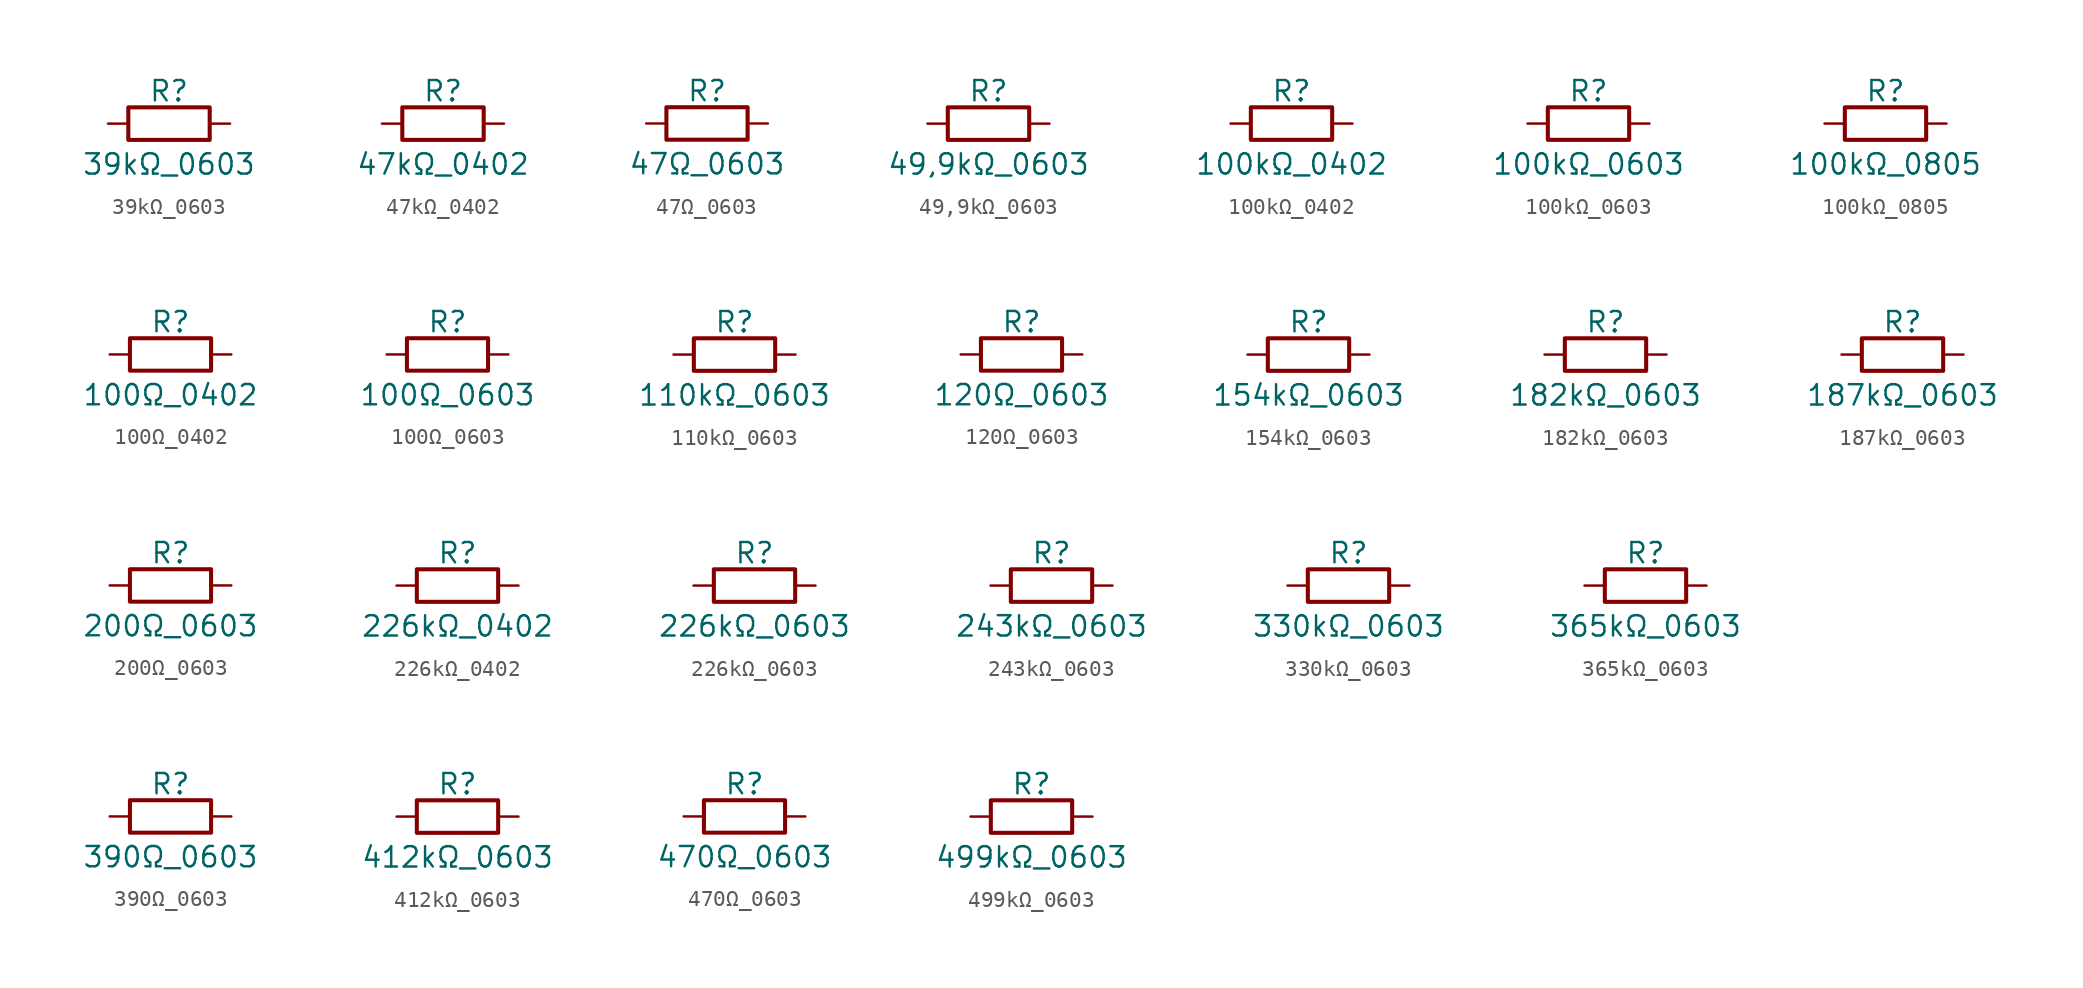
<source format=kicad_sym>
(kicad_symbol_lib
  (version 20220914)
  (generator kicad_symbol_editor)
  (symbol "39kΩ_0603"
    (pin_numbers hide)
    (pin_names
      (offset 0))
    (property "Reference" "R"
      (at 0 2.032 0)
      (effects (font (size 1.27 1.27))))
    (property "Value" "39kΩ_0603"
      (at 0 -2.54 0)
      (effects (font (size 1.27 1.27))))
    (symbol "39kΩ_0603_0_1"
      (rectangle (start 2.54 -1.016) (end -2.54 1.016) (stroke (width 0.254) (type default)) (fill (type none))))
    (symbol "39kΩ_0603_1_1"
      (pin passive line (at -3.81 0 0) (length 1.27) (name "~" (effects (font (size 1.27 1.27)))) (number "1" (effects (font (size 1.27 1.27)))))
      (pin passive line (at 3.81 0 180) (length 1.27) (name "~" (effects (font (size 1.27 1.27)))) (number "2" (effects (font (size 1.27 1.27)))))))
  (symbol "47kΩ_0402"
    (pin_numbers hide)
    (pin_names
      (offset 0))
    (property "Reference" "R"
      (at 0 2.032 0)
      (effects (font (size 1.27 1.27))))
    (property "Value" "47kΩ_0402"
      (at 0 -2.54 0)
      (effects (font (size 1.27 1.27))))
    (symbol "47kΩ_0402_0_1"
      (rectangle (start 2.54 -1.016) (end -2.54 1.016) (stroke (width 0.254) (type default)) (fill (type none))))
    (symbol "47kΩ_0402_1_1"
      (pin passive line (at -3.81 0 0) (length 1.27) (name "~" (effects (font (size 1.27 1.27)))) (number "1" (effects (font (size 1.27 1.27)))))
      (pin passive line (at 3.81 0 180) (length 1.27) (name "~" (effects (font (size 1.27 1.27)))) (number "2" (effects (font (size 1.27 1.27)))))))
  (symbol "47Ω_0603"
    (pin_numbers hide)
    (pin_names
      (offset 0))
    (property "Reference" "R"
      (at 0 2.032 0)
      (effects (font (size 1.27 1.27))))
    (property "Value" "47Ω_0603"
      (at 0 -2.54 0)
      (effects (font (size 1.27 1.27))))
    (symbol "47Ω_0603_0_1"
      (rectangle (start 2.54 -1.016) (end -2.54 1.016) (stroke (width 0.254) (type default)) (fill (type none))))
    (symbol "47Ω_0603_1_1"
      (pin passive line (at -3.81 0 0) (length 1.27) (name "~" (effects (font (size 1.27 1.27)))) (number "1" (effects (font (size 1.27 1.27)))))
      (pin passive line (at 3.81 0 180) (length 1.27) (name "~" (effects (font (size 1.27 1.27)))) (number "2" (effects (font (size 1.27 1.27)))))))
  (symbol "49,9kΩ_0603"
    (pin_numbers hide)
    (pin_names
      (offset 0))
    (property "Reference" "R"
      (at 0 2.032 0)
      (effects (font (size 1.27 1.27))))
    (property "Value" "49,9kΩ_0603"
      (at 0 -2.54 0)
      (effects (font (size 1.27 1.27))))
    (symbol "49,9kΩ_0603_0_1"
      (rectangle (start 2.54 -1.016) (end -2.54 1.016) (stroke (width 0.254) (type default)) (fill (type none))))
    (symbol "49,9kΩ_0603_1_1"
      (pin passive line (at -3.81 0 0) (length 1.27) (name "~" (effects (font (size 1.27 1.27)))) (number "1" (effects (font (size 1.27 1.27)))))
      (pin passive line (at 3.81 0 180) (length 1.27) (name "~" (effects (font (size 1.27 1.27)))) (number "2" (effects (font (size 1.27 1.27)))))))
  (symbol "100kΩ_0402"
    (pin_numbers hide)
    (pin_names
      (offset 0))
    (property "Reference" "R"
      (at 0 2.032 0)
      (effects (font (size 1.27 1.27))))
    (property "Value" "100kΩ_0402"
      (at 0 -2.54 0)
      (effects (font (size 1.27 1.27))))
    (symbol "100kΩ_0402_0_1"
      (rectangle (start 2.54 -1.016) (end -2.54 1.016) (stroke (width 0.254) (type default)) (fill (type none))))
    (symbol "100kΩ_0402_1_1"
      (pin passive line (at -3.81 0 0) (length 1.27) (name "~" (effects (font (size 1.27 1.27)))) (number "1" (effects (font (size 1.27 1.27)))))
      (pin passive line (at 3.81 0 180) (length 1.27) (name "~" (effects (font (size 1.27 1.27)))) (number "2" (effects (font (size 1.27 1.27)))))))
  (symbol "100kΩ_0603"
    (pin_numbers hide)
    (pin_names
      (offset 0))
    (property "Reference" "R"
      (at 0 2.032 0)
      (effects (font (size 1.27 1.27))))
    (property "Value" "100kΩ_0603"
      (at 0 -2.54 0)
      (effects (font (size 1.27 1.27))))
    (symbol "100kΩ_0603_0_1"
      (rectangle (start 2.54 -1.016) (end -2.54 1.016) (stroke (width 0.254) (type default)) (fill (type none))))
    (symbol "100kΩ_0603_1_1"
      (pin passive line (at -3.81 0 0) (length 1.27) (name "~" (effects (font (size 1.27 1.27)))) (number "1" (effects (font (size 1.27 1.27)))))
      (pin passive line (at 3.81 0 180) (length 1.27) (name "~" (effects (font (size 1.27 1.27)))) (number "2" (effects (font (size 1.27 1.27)))))))
  (symbol "100kΩ_0805"
    (pin_numbers hide)
    (pin_names
      (offset 0))
    (property "Reference" "R"
      (at 0 2.032 0)
      (effects (font (size 1.27 1.27))))
    (property "Value" "100kΩ_0805"
      (at 0 -2.54 0)
      (effects (font (size 1.27 1.27))))
    (symbol "100kΩ_0805_0_1"
      (rectangle (start 2.54 -1.016) (end -2.54 1.016) (stroke (width 0.254) (type default)) (fill (type none))))
    (symbol "100kΩ_0805_1_1"
      (pin passive line (at -3.81 0 0) (length 1.27) (name "~" (effects (font (size 1.27 1.27)))) (number "1" (effects (font (size 1.27 1.27)))))
      (pin passive line (at 3.81 0 180) (length 1.27) (name "~" (effects (font (size 1.27 1.27)))) (number "2" (effects (font (size 1.27 1.27)))))))
  (symbol "100Ω_0402"
    (pin_numbers hide)
    (pin_names
      (offset 0))
    (property "Reference" "R"
      (at 0 2.032 0)
      (effects (font (size 1.27 1.27))))
    (property "Value" "100Ω_0402"
      (at 0 -2.54 0)
      (effects (font (size 1.27 1.27))))
    (symbol "100Ω_0402_0_1"
      (rectangle (start 2.54 -1.016) (end -2.54 1.016) (stroke (width 0.254) (type default)) (fill (type none))))
    (symbol "100Ω_0402_1_1"
      (pin passive line (at -3.81 0 0) (length 1.27) (name "~" (effects (font (size 1.27 1.27)))) (number "1" (effects (font (size 1.27 1.27)))))
      (pin passive line (at 3.81 0 180) (length 1.27) (name "~" (effects (font (size 1.27 1.27)))) (number "2" (effects (font (size 1.27 1.27)))))))
  (symbol "100Ω_0603"
    (pin_numbers hide)
    (pin_names
      (offset 0))
    (property "Reference" "R"
      (at 0 2.032 0)
      (effects (font (size 1.27 1.27))))
    (property "Value" "100Ω_0603"
      (at 0 -2.54 0)
      (effects (font (size 1.27 1.27))))
    (symbol "100Ω_0603_0_1"
      (rectangle (start 2.54 -1.016) (end -2.54 1.016) (stroke (width 0.254) (type default)) (fill (type none))))
    (symbol "100Ω_0603_1_1"
      (pin passive line (at -3.81 0 0) (length 1.27) (name "~" (effects (font (size 1.27 1.27)))) (number "1" (effects (font (size 1.27 1.27)))))
      (pin passive line (at 3.81 0 180) (length 1.27) (name "~" (effects (font (size 1.27 1.27)))) (number "2" (effects (font (size 1.27 1.27)))))))
  (symbol "110kΩ_0603"
    (pin_numbers hide)
    (pin_names
      (offset 0))
    (property "Reference" "R"
      (at 0 2.032 0)
      (effects (font (size 1.27 1.27))))
    (property "Value" "110kΩ_0603"
      (at 0 -2.54 0)
      (effects (font (size 1.27 1.27))))
    (symbol "110kΩ_0603_0_1"
      (rectangle (start 2.54 -1.016) (end -2.54 1.016) (stroke (width 0.254) (type default)) (fill (type none))))
    (symbol "110kΩ_0603_1_1"
      (pin passive line (at -3.81 0 0) (length 1.27) (name "~" (effects (font (size 1.27 1.27)))) (number "1" (effects (font (size 1.27 1.27)))))
      (pin passive line (at 3.81 0 180) (length 1.27) (name "~" (effects (font (size 1.27 1.27)))) (number "2" (effects (font (size 1.27 1.27)))))))
  (symbol "120Ω_0603"
    (pin_numbers hide)
    (pin_names
      (offset 0))
    (property "Reference" "R"
      (at 0 2.032 0)
      (effects (font (size 1.27 1.27))))
    (property "Value" "120Ω_0603"
      (at 0 -2.54 0)
      (effects (font (size 1.27 1.27))))
    (symbol "120Ω_0603_0_1"
      (rectangle (start 2.54 -1.016) (end -2.54 1.016) (stroke (width 0.254) (type default)) (fill (type none))))
    (symbol "120Ω_0603_1_1"
      (pin passive line (at -3.81 0 0) (length 1.27) (name "~" (effects (font (size 1.27 1.27)))) (number "1" (effects (font (size 1.27 1.27)))))
      (pin passive line (at 3.81 0 180) (length 1.27) (name "~" (effects (font (size 1.27 1.27)))) (number "2" (effects (font (size 1.27 1.27)))))))
  (symbol "154kΩ_0603"
    (pin_numbers hide)
    (pin_names
      (offset 0))
    (property "Reference" "R"
      (at 0 2.032 0)
      (effects (font (size 1.27 1.27))))
    (property "Value" "154kΩ_0603"
      (at 0 -2.54 0)
      (effects (font (size 1.27 1.27))))
    (symbol "154kΩ_0603_0_1"
      (rectangle (start 2.54 -1.016) (end -2.54 1.016) (stroke (width 0.254) (type default)) (fill (type none))))
    (symbol "154kΩ_0603_1_1"
      (pin passive line (at -3.81 0 0) (length 1.27) (name "~" (effects (font (size 1.27 1.27)))) (number "1" (effects (font (size 1.27 1.27)))))
      (pin passive line (at 3.81 0 180) (length 1.27) (name "~" (effects (font (size 1.27 1.27)))) (number "2" (effects (font (size 1.27 1.27)))))))
  (symbol "182kΩ_0603"
    (pin_numbers hide)
    (pin_names
      (offset 0))
    (property "Reference" "R"
      (at 0 2.032 0)
      (effects (font (size 1.27 1.27))))
    (property "Value" "182kΩ_0603"
      (at 0 -2.54 0)
      (effects (font (size 1.27 1.27))))
    (symbol "182kΩ_0603_0_1"
      (rectangle (start 2.54 -1.016) (end -2.54 1.016) (stroke (width 0.254) (type default)) (fill (type none))))
    (symbol "182kΩ_0603_1_1"
      (pin passive line (at -3.81 0 0) (length 1.27) (name "~" (effects (font (size 1.27 1.27)))) (number "1" (effects (font (size 1.27 1.27)))))
      (pin passive line (at 3.81 0 180) (length 1.27) (name "~" (effects (font (size 1.27 1.27)))) (number "2" (effects (font (size 1.27 1.27)))))))
  (symbol "187kΩ_0603"
    (pin_numbers hide)
    (pin_names
      (offset 0))
    (property "Reference" "R"
      (at 0 2.032 0)
      (effects (font (size 1.27 1.27))))
    (property "Value" "187kΩ_0603"
      (at 0 -2.54 0)
      (effects (font (size 1.27 1.27))))
    (symbol "187kΩ_0603_0_1"
      (rectangle (start 2.54 -1.016) (end -2.54 1.016) (stroke (width 0.254) (type default)) (fill (type none))))
    (symbol "187kΩ_0603_1_1"
      (pin passive line (at -3.81 0 0) (length 1.27) (name "~" (effects (font (size 1.27 1.27)))) (number "1" (effects (font (size 1.27 1.27)))))
      (pin passive line (at 3.81 0 180) (length 1.27) (name "~" (effects (font (size 1.27 1.27)))) (number "2" (effects (font (size 1.27 1.27)))))))
  (symbol "200Ω_0603"
    (pin_numbers hide)
    (pin_names
      (offset 0))
    (property "Reference" "R"
      (at 0 2.032 0)
      (effects (font (size 1.27 1.27))))
    (property "Value" "200Ω_0603"
      (at 0 -2.54 0)
      (effects (font (size 1.27 1.27))))
    (symbol "200Ω_0603_1_1"
      (rectangle (start -2.54 1.016) (end 2.54 -1.016) (stroke (width 0.254) (type default)) (fill (type none)))
      (pin passive line (at -3.81 0 0) (length 1.27) (name "~" (effects (font (size 1.27 1.27)))) (number "1" (effects (font (size 1.27 1.27)))))
      (pin passive line (at 3.81 0 180) (length 1.27) (name "~" (effects (font (size 1.27 1.27)))) (number "2" (effects (font (size 1.27 1.27)))))))
  (symbol "226kΩ_0402"
    (pin_numbers hide)
    (pin_names
      (offset 0))
    (property "Reference" "R"
      (at 0 2.032 0)
      (effects (font (size 1.27 1.27))))
    (property "Value" "226kΩ_0402"
      (at 0 -2.54 0)
      (effects (font (size 1.27 1.27))))
    (symbol "226kΩ_0402_0_1"
      (rectangle (start 2.54 -1.016) (end -2.54 1.016) (stroke (width 0.254) (type default)) (fill (type none))))
    (symbol "226kΩ_0402_1_1"
      (pin passive line (at -3.81 0 0) (length 1.27) (name "~" (effects (font (size 1.27 1.27)))) (number "1" (effects (font (size 1.27 1.27)))))
      (pin passive line (at 3.81 0 180) (length 1.27) (name "~" (effects (font (size 1.27 1.27)))) (number "2" (effects (font (size 1.27 1.27)))))))
  (symbol "226kΩ_0603"
    (pin_numbers hide)
    (pin_names
      (offset 0))
    (property "Reference" "R"
      (at 0 2.032 0)
      (effects (font (size 1.27 1.27))))
    (property "Value" "226kΩ_0603"
      (at 0 -2.54 0)
      (effects (font (size 1.27 1.27))))
    (symbol "226kΩ_0603_0_1"
      (rectangle (start 2.54 -1.016) (end -2.54 1.016) (stroke (width 0.254) (type default)) (fill (type none))))
    (symbol "226kΩ_0603_1_1"
      (pin passive line (at -3.81 0 0) (length 1.27) (name "~" (effects (font (size 1.27 1.27)))) (number "1" (effects (font (size 1.27 1.27)))))
      (pin passive line (at 3.81 0 180) (length 1.27) (name "~" (effects (font (size 1.27 1.27)))) (number "2" (effects (font (size 1.27 1.27)))))))
  (symbol "243kΩ_0603"
    (pin_numbers hide)
    (pin_names
      (offset 0))
    (property "Reference" "R"
      (at 0 2.032 0)
      (effects (font (size 1.27 1.27))))
    (property "Value" "243kΩ_0603"
      (at 0 -2.54 0)
      (effects (font (size 1.27 1.27))))
    (symbol "243kΩ_0603_0_1"
      (rectangle (start 2.54 -1.016) (end -2.54 1.016) (stroke (width 0.254) (type default)) (fill (type none))))
    (symbol "243kΩ_0603_1_1"
      (pin passive line (at -3.81 0 0) (length 1.27) (name "~" (effects (font (size 1.27 1.27)))) (number "1" (effects (font (size 1.27 1.27)))))
      (pin passive line (at 3.81 0 180) (length 1.27) (name "~" (effects (font (size 1.27 1.27)))) (number "2" (effects (font (size 1.27 1.27)))))))
  (symbol "330kΩ_0603"
    (pin_numbers hide)
    (pin_names
      (offset 0))
    (property "Reference" "R"
      (at 0 2.032 0)
      (effects (font (size 1.27 1.27))))
    (property "Value" "330kΩ_0603"
      (at 0 -2.54 0)
      (effects (font (size 1.27 1.27))))
    (symbol "330kΩ_0603_0_1"
      (rectangle (start 2.54 -1.016) (end -2.54 1.016) (stroke (width 0.254) (type default)) (fill (type none))))
    (symbol "330kΩ_0603_1_1"
      (pin passive line (at -3.81 0 0) (length 1.27) (name "~" (effects (font (size 1.27 1.27)))) (number "1" (effects (font (size 1.27 1.27)))))
      (pin passive line (at 3.81 0 180) (length 1.27) (name "~" (effects (font (size 1.27 1.27)))) (number "2" (effects (font (size 1.27 1.27)))))))
  (symbol "365kΩ_0603"
    (pin_numbers hide)
    (pin_names
      (offset 0))
    (property "Reference" "R"
      (at 0 2.032 0)
      (effects (font (size 1.27 1.27))))
    (property "Value" "365kΩ_0603"
      (at 0 -2.54 0)
      (effects (font (size 1.27 1.27))))
    (symbol "365kΩ_0603_0_1"
      (rectangle (start 2.54 -1.016) (end -2.54 1.016) (stroke (width 0.254) (type default)) (fill (type none))))
    (symbol "365kΩ_0603_1_1"
      (pin passive line (at -3.81 0 0) (length 1.27) (name "~" (effects (font (size 1.27 1.27)))) (number "1" (effects (font (size 1.27 1.27)))))
      (pin passive line (at 3.81 0 180) (length 1.27) (name "~" (effects (font (size 1.27 1.27)))) (number "2" (effects (font (size 1.27 1.27)))))))
  (symbol "390Ω_0603"
    (pin_numbers hide)
    (pin_names
      (offset 0))
    (property "Reference" "R"
      (at 0 2.032 0)
      (effects (font (size 1.27 1.27))))
    (property "Value" "390Ω_0603"
      (at 0 -2.54 0)
      (effects (font (size 1.27 1.27))))
    (symbol "390Ω_0603_0_1"
      (rectangle (start 2.54 -1.016) (end -2.54 1.016) (stroke (width 0.254) (type default)) (fill (type none))))
    (symbol "390Ω_0603_1_1"
      (pin passive line (at -3.81 0 0) (length 1.27) (name "~" (effects (font (size 1.27 1.27)))) (number "1" (effects (font (size 1.27 1.27)))))
      (pin passive line (at 3.81 0 180) (length 1.27) (name "~" (effects (font (size 1.27 1.27)))) (number "2" (effects (font (size 1.27 1.27)))))))
  (symbol "412kΩ_0603"
    (pin_numbers hide)
    (pin_names
      (offset 0))
    (property "Reference" "R"
      (at 0 2.032 0)
      (effects (font (size 1.27 1.27))))
    (property "Value" "412kΩ_0603"
      (at 0 -2.54 0)
      (effects (font (size 1.27 1.27))))
    (symbol "412kΩ_0603_0_1"
      (rectangle (start 2.54 -1.016) (end -2.54 1.016) (stroke (width 0.254) (type default)) (fill (type none))))
    (symbol "412kΩ_0603_1_1"
      (pin passive line (at -3.81 0 0) (length 1.27) (name "~" (effects (font (size 1.27 1.27)))) (number "1" (effects (font (size 1.27 1.27)))))
      (pin passive line (at 3.81 0 180) (length 1.27) (name "~" (effects (font (size 1.27 1.27)))) (number "2" (effects (font (size 1.27 1.27)))))))
  (symbol "470Ω_0603"
    (pin_numbers hide)
    (pin_names
      (offset 0))
    (property "Reference" "R"
      (at 0 2.032 0)
      (effects (font (size 1.27 1.27))))
    (property "Value" "470Ω_0603"
      (at 0 -2.54 0)
      (effects (font (size 1.27 1.27))))
    (symbol "470Ω_0603_0_1"
      (rectangle (start 2.54 -1.016) (end -2.54 1.016) (stroke (width 0.254) (type default)) (fill (type none))))
    (symbol "470Ω_0603_1_1"
      (pin passive line (at -3.81 0 0) (length 1.27) (name "~" (effects (font (size 1.27 1.27)))) (number "1" (effects (font (size 1.27 1.27)))))
      (pin passive line (at 3.81 0 180) (length 1.27) (name "~" (effects (font (size 1.27 1.27)))) (number "2" (effects (font (size 1.27 1.27)))))))
  (symbol "499kΩ_0603"
    (pin_numbers hide)
    (pin_names
      (offset 0))
    (property "Reference" "R"
      (at 0 2.032 0)
      (effects (font (size 1.27 1.27))))
    (property "Value" "499kΩ_0603"
      (at 0 -2.54 0)
      (effects (font (size 1.27 1.27))))
    (symbol "499kΩ_0603_0_1"
      (rectangle (start 2.54 -1.016) (end -2.54 1.016) (stroke (width 0.254) (type default)) (fill (type none))))
    (symbol "499kΩ_0603_1_1"
      (pin passive line (at -3.81 0 0) (length 1.27) (name "~" (effects (font (size 1.27 1.27)))) (number "1" (effects (font (size 1.27 1.27)))))
      (pin passive line (at 3.81 0 180) (length 1.27) (name "~" (effects (font (size 1.27 1.27)))) (number "2" (effects (font (size 1.27 1.27))))))))
</source>
